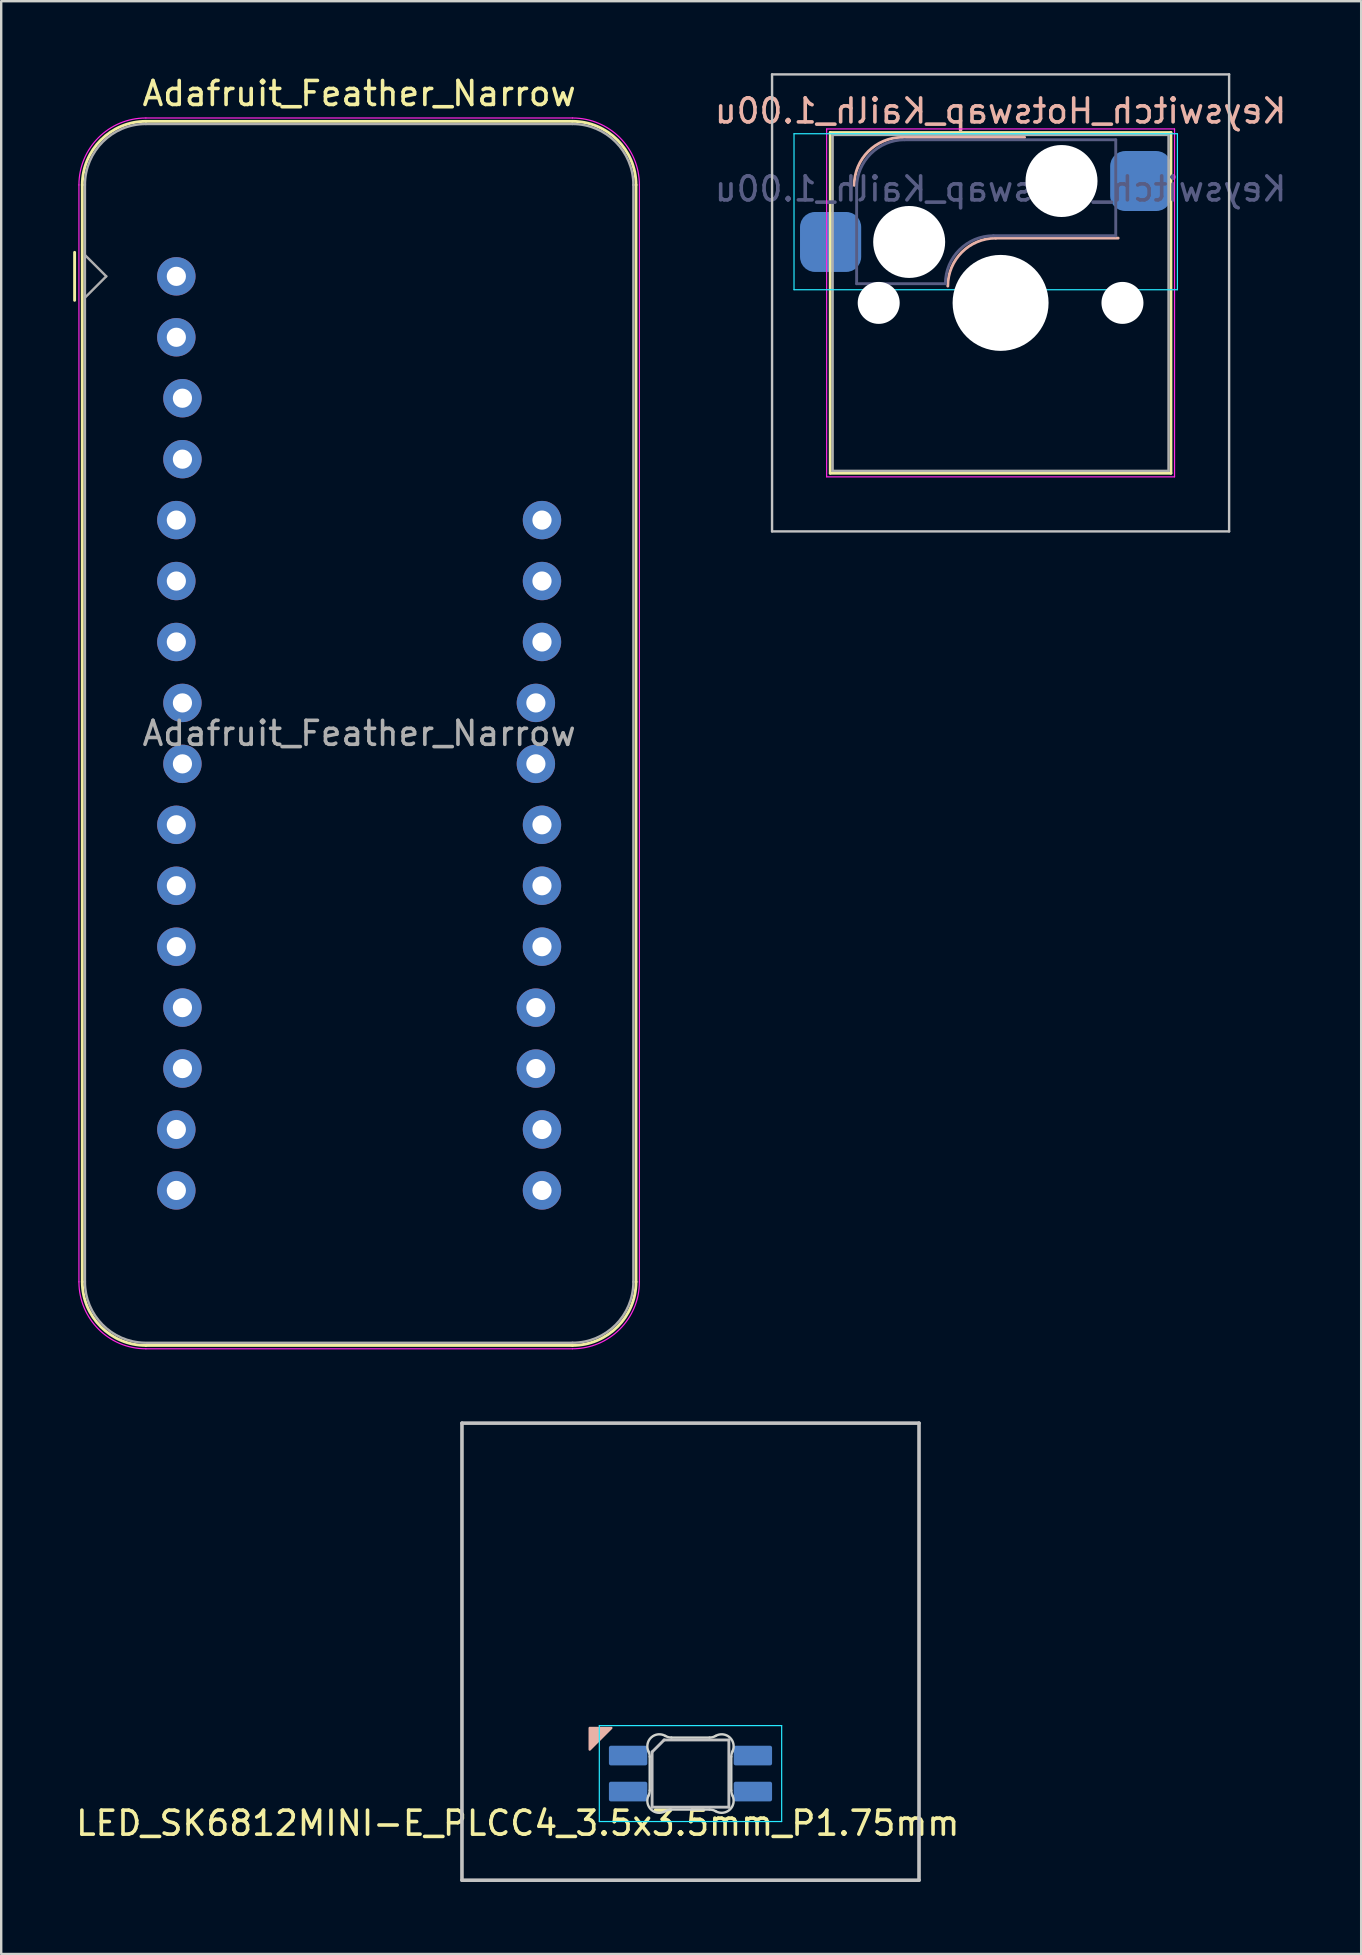
<source format=kicad_pcb>
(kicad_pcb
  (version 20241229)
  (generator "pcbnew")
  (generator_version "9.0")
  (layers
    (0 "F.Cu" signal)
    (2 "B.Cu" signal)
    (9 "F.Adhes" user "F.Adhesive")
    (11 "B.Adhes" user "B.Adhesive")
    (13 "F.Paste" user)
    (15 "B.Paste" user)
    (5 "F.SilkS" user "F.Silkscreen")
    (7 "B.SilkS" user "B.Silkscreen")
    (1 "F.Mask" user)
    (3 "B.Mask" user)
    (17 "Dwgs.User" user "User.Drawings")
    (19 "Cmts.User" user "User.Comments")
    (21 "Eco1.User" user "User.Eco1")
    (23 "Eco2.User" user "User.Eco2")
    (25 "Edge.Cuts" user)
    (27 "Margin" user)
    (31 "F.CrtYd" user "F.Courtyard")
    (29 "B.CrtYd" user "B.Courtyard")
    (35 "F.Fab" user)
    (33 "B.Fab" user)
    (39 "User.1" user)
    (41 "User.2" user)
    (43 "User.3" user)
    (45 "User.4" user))
  (footprint "Adafruit_Feather_Narrow"
    (layer "F.Cu")
    (at 1.76 8.468)
    (property "Reference" "Adafruit_Feather_Narrow" (at 10.16 -7.62 0) (layer "F.SilkS") (effects (font (size 1 1) (thickness 0.15))))
    (attr through_hole)
    (fp_line (start -1.7 1) (end -1.7 -1) (stroke (width 0.12) (type solid)) (layer "F.SilkS"))
    (fp_line (start -1.38 -3.81) (end -1.38 41.91) (stroke (width 0.12) (type solid)) (layer "F.SilkS"))
    (fp_line (start 19.05 -6.46) (end 1.27 -6.46) (stroke (width 0.12) (type solid)) (layer "F.SilkS"))
    (fp_line (start 19.05 44.56) (end 1.27 44.56) (stroke (width 0.12) (type solid)) (layer "F.SilkS"))
    (fp_line (start 21.7 -3.81) (end 21.7 41.91) (stroke (width 0.12) (type solid)) (layer "F.SilkS"))
    (fp_arc (start -1.38 -3.81) (mid -0.603833 -5.683833) (end 1.27 -6.46) (stroke (width 0.12) (type solid)) (layer "F.SilkS"))
    (fp_arc (start 1.27 44.56) (mid -0.603833 43.783833) (end -1.38 41.91) (stroke (width 0.12) (type solid)) (layer "F.SilkS"))
    (fp_arc (start 19.05 -6.46) (mid 20.923833 -5.683833) (end 21.7 -3.81) (stroke (width 0.12) (type solid)) (layer "F.SilkS"))
    (fp_arc (start 21.7 41.91) (mid 20.923833 43.783833) (end 19.05 44.56) (stroke (width 0.12) (type solid)) (layer "F.SilkS"))
    (fp_line (start -1.52 41.91) (end -1.52 -3.81) (stroke (width 0.05) (type solid)) (layer "F.CrtYd"))
    (fp_line (start 19.05 -6.6) (end 1.27 -6.6) (stroke (width 0.05) (type solid)) (layer "F.CrtYd"))
    (fp_line (start 19.05 44.7) (end 1.27 44.7) (stroke (width 0.05) (type solid)) (layer "F.CrtYd"))
    (fp_line (start 21.84 41.91) (end 21.84 -3.81) (stroke (width 0.05) (type solid)) (layer "F.CrtYd"))
    (fp_arc (start -1.52 -3.81) (mid -0.702828 -5.782828) (end 1.27 -6.6) (stroke (width 0.05) (type solid)) (layer "F.CrtYd"))
    (fp_arc (start 1.27 44.7) (mid -0.702828 43.882828) (end -1.52 41.91) (stroke (width 0.05) (type solid)) (layer "F.CrtYd"))
    (fp_arc (start 19.05 -6.6) (mid 21.022828 -5.782828) (end 21.84 -3.81) (stroke (width 0.05) (type solid)) (layer "F.CrtYd"))
    (fp_arc (start 21.84 41.91) (mid 21.022828 43.882828) (end 19.05 44.7) (stroke (width 0.05) (type solid)) (layer "F.CrtYd"))
    (fp_line (start -1.27 -3.81) (end -1.27 41.91) (stroke (width 0.1) (type solid)) (layer "F.Fab"))
    (fp_line (start -1.27 -0.889) (end -0.381 0) (stroke (width 0.1) (type solid)) (layer "F.Fab"))
    (fp_line (start -0.381 0) (end -1.27 0.889) (stroke (width 0.1) (type solid)) (layer "F.Fab"))
    (fp_line (start 1.27 44.45) (end 19.05 44.45) (stroke (width 0.1) (type solid)) (layer "F.Fab"))
    (fp_line (start 19.05 -6.35) (end 1.27 -6.35) (stroke (width 0.1) (type solid)) (layer "F.Fab"))
    (fp_line (start 21.59 41.91) (end 21.59 -3.81) (stroke (width 0.1) (type solid)) (layer "F.Fab"))
    (fp_arc (start -1.27 -3.81) (mid -0.526051 -5.606051) (end 1.27 -6.35) (stroke (width 0.1) (type solid)) (layer "F.Fab"))
    (fp_arc (start 1.221238 44.449532) (mid -0.543209 43.688728) (end -1.27 41.91) (stroke (width 0.1) (type solid)) (layer "F.Fab"))
    (fp_arc (start 19.05 -6.35) (mid 20.846051 -5.606051) (end 21.59 -3.81) (stroke (width 0.1) (type solid)) (layer "F.Fab"))
    (fp_arc (start 21.59 41.91) (mid 20.846051 43.706051) (end 19.05 44.45) (stroke (width 0.1) (type solid)) (layer "F.Fab"))
    (fp_text user "${REFERENCE}" (at 10.16 19.05 180) (layer "F.Fab") (effects (font (size 1 1) (thickness 0.15))))
    (pad "1" thru_hole circle (at 2.54 0 180) (size 1.6 1.6) (drill 0.8) (layers "*.Cu" "*.Mask"))
    (pad "2" thru_hole circle (at 2.54 2.54 180) (size 1.6 1.6) (drill 0.8) (layers "*.Cu" "*.Mask"))
    (pad "3" thru_hole circle (at 2.794 5.08 180) (size 1.6 1.6) (drill 0.8) (layers "*.Cu" "*.Mask"))
    (pad "4" thru_hole circle (at 2.794 7.62 180) (size 1.6 1.6) (drill 0.8) (layers "*.Cu" "*.Mask"))
    (pad "5" thru_hole circle (at 2.54 10.16 180) (size 1.6 1.6) (drill 0.8) (layers "*.Cu" "*.Mask"))
    (pad "6" thru_hole circle (at 2.54 12.7 180) (size 1.6 1.6) (drill 0.8) (layers "*.Cu" "*.Mask"))
    (pad "7" thru_hole circle (at 2.54 15.24 180) (size 1.6 1.6) (drill 0.8) (layers "*.Cu" "*.Mask"))
    (pad "8" thru_hole circle (at 2.794 17.78 180) (size 1.6 1.6) (drill 0.8) (layers "*.Cu" "*.Mask"))
    (pad "9" thru_hole circle (at 2.794 20.32 180) (size 1.6 1.6) (drill 0.8) (layers "*.Cu" "*.Mask"))
    (pad "10" thru_hole circle (at 2.54 22.86 180) (size 1.6 1.6) (drill 0.8) (layers "*.Cu" "*.Mask"))
    (pad "11" thru_hole circle (at 2.54 25.4 180) (size 1.6 1.6) (drill 0.8) (layers "*.Cu" "*.Mask"))
    (pad "12" thru_hole circle (at 2.54 27.94 180) (size 1.6 1.6) (drill 0.8) (layers "*.Cu" "*.Mask"))
    (pad "13" thru_hole circle (at 2.794 30.48 180) (size 1.6 1.6) (drill 0.8) (layers "*.Cu" "*.Mask"))
    (pad "14" thru_hole circle (at 2.794 33.02 180) (size 1.6 1.6) (drill 0.8) (layers "*.Cu" "*.Mask"))
    (pad "15" thru_hole circle (at 2.54 35.56 180) (size 1.6 1.6) (drill 0.8) (layers "*.Cu" "*.Mask"))
    (pad "16" thru_hole circle (at 2.54 38.1 180) (size 1.6 1.6) (drill 0.8) (layers "*.Cu" "*.Mask"))
    (pad "17" thru_hole circle (at 17.78 38.1 180) (size 1.6 1.6) (drill 0.8) (layers "*.Cu" "*.Mask"))
    (pad "18" thru_hole circle (at 17.78 35.56 180) (size 1.6 1.6) (drill 0.8) (layers "*.Cu" "*.Mask"))
    (pad "19" thru_hole circle (at 17.526 33.02 180) (size 1.6 1.6) (drill 0.8) (layers "*.Cu" "*.Mask"))
    (pad "20" thru_hole circle (at 17.526 30.48 180) (size 1.6 1.6) (drill 0.8) (layers "*.Cu" "*.Mask"))
    (pad "21" thru_hole circle (at 17.78 27.94 180) (size 1.6 1.6) (drill 0.8) (layers "*.Cu" "*.Mask"))
    (pad "22" thru_hole circle (at 17.78 25.4 180) (size 1.6 1.6) (drill 0.8) (layers "*.Cu" "*.Mask"))
    (pad "23" thru_hole circle (at 17.78 22.86 180) (size 1.6 1.6) (drill 0.8) (layers "*.Cu" "*.Mask"))
    (pad "24" thru_hole circle (at 17.526 20.32 180) (size 1.6 1.6) (drill 0.8) (layers "*.Cu" "*.Mask"))
    (pad "25" thru_hole circle (at 17.526 17.78 180) (size 1.6 1.6) (drill 0.8) (layers "*.Cu" "*.Mask"))
    (pad "26" thru_hole circle (at 17.78 15.24 180) (size 1.6 1.6) (drill 0.8) (layers "*.Cu" "*.Mask"))
    (pad "27" thru_hole circle (at 17.78 12.7 180) (size 1.6 1.6) (drill 0.8) (layers "*.Cu" "*.Mask"))
    (pad "28" thru_hole circle (at 17.78 10.16 180) (size 1.6 1.6) (drill 0.8) (layers "*.Cu" "*.Mask")))
  (footprint "LED_SK6812MINI-E_PLCC4_3.5x3.5mm_P1.75mm"
    (layer "F.Cu")
    (at 25.73 65.793)
    (property "Reference" "LED_SK6812MINI-E_PLCC4_3.5x3.5mm_P1.75mm" (at -7.2 7.15 0) (layer "F.SilkS") (effects (font (size 1 1) (thickness 0.15))))
    (attr through_hole)
    (fp_poly (pts (xy -4.2 4.08) (xy -3.3 3.18) (xy -4.2 3.18)) (stroke (width 0.1) (type solid)) (fill yes) (layer "B.SilkS"))
    (fp_line (start -9.525 -9.525) (end 9.525 -9.525) (stroke (width 0.15) (type solid)) (layer "Dwgs.User"))
    (fp_line (start -9.525 9.525) (end -9.525 -9.525) (stroke (width 0.15) (type solid)) (layer "Dwgs.User"))
    (fp_line (start -1.6 4.18) (end -1.6 6.48) (stroke (width 0.12) (type solid)) (layer "Dwgs.User"))
    (fp_line (start -1.6 4.18) (end -1.1 3.68) (stroke (width 0.12) (type solid)) (layer "Dwgs.User"))
    (fp_line (start -1.6 6.48) (end 1.6 6.48) (stroke (width 0.12) (type solid)) (layer "Dwgs.User"))
    (fp_line (start 1.6 3.68) (end -1.1 3.68) (stroke (width 0.12) (type solid)) (layer "Dwgs.User"))
    (fp_line (start 1.6 6.48) (end 1.6 3.68) (stroke (width 0.12) (type solid)) (layer "Dwgs.User"))
    (fp_line (start 9.525 -9.525) (end 9.525 9.525) (stroke (width 0.15) (type solid)) (layer "Dwgs.User"))
    (fp_line (start 9.525 9.525) (end -9.525 9.525) (stroke (width 0.15) (type solid)) (layer "Dwgs.User"))
    (fp_line (start -1.7 5.783) (end -1.7 4.377) (stroke (width 0.1) (type solid)) (layer "Edge.Cuts"))
    (fp_line (start -0.794 3.58) (end 0.794 3.58) (stroke (width 0.1) (type solid)) (layer "Edge.Cuts"))
    (fp_line (start 0.794 6.58) (end -0.794 6.58) (stroke (width 0.1) (type solid)) (layer "Edge.Cuts"))
    (fp_line (start 1.7 4.377) (end 1.7 5.783) (stroke (width 0.1) (type solid)) (layer "Edge.Cuts"))
    (fp_arc (start -1.749484 4.16028) (mid -1.712527 4.265932) (end -1.699999 4.377158) (stroke (width 0.1) (type solid)) (layer "Edge.Cuts"))
    (fp_arc (start -1.749484 4.160281) (mid -1.638072 3.575965) (end -1.046711 3.511701) (stroke (width 0.1) (type solid)) (layer "Edge.Cuts"))
    (fp_arc (start -1.699999 5.782843) (mid -1.712527 5.894068) (end -1.749484 5.99972) (stroke (width 0.1) (type solid)) (layer "Edge.Cuts"))
    (fp_arc (start -1.046711 6.648298) (mid -1.638071 6.584034) (end -1.749484 5.99972) (stroke (width 0.1) (type solid)) (layer "Edge.Cuts"))
    (fp_arc (start -1.046711 6.648298) (mid -0.925123 6.597376) (end -0.794453 6.579999) (stroke (width 0.1) (type solid)) (layer "Edge.Cuts"))
    (fp_arc (start -0.794452 3.58) (mid -0.925123 3.562623) (end -1.046711 3.511701) (stroke (width 0.1) (type solid)) (layer "Edge.Cuts"))
    (fp_arc (start 0.794453 6.58) (mid 0.925123 6.597377) (end 1.046711 6.648299) (stroke (width 0.1) (type solid)) (layer "Edge.Cuts"))
    (fp_arc (start 1.04671 3.511701) (mid 0.925122 3.562623) (end 0.794452 3.58) (stroke (width 0.1) (type solid)) (layer "Edge.Cuts"))
    (fp_arc (start 1.046711 3.511703) (mid 1.63807 3.575966) (end 1.749484 4.16028) (stroke (width 0.1) (type solid)) (layer "Edge.Cuts"))
    (fp_arc (start 1.699999 4.377157) (mid 1.712527 4.265932) (end 1.749484 4.16028) (stroke (width 0.1) (type solid)) (layer "Edge.Cuts"))
    (fp_arc (start 1.749484 5.99972) (mid 1.638071 6.584035) (end 1.046711 6.648299) (stroke (width 0.1) (type solid)) (layer "Edge.Cuts"))
    (fp_arc (start 1.749484 5.99972) (mid 1.712527 5.894068) (end 1.699999 5.782842) (stroke (width 0.1) (type solid)) (layer "Edge.Cuts"))
    (fp_line (start -3.8 3.08) (end -3.8 7.08) (stroke (width 0.05) (type solid)) (layer "B.CrtYd"))
    (fp_line (start -3.8 7.08) (end 3.8 7.08) (stroke (width 0.05) (type solid)) (layer "B.CrtYd"))
    (fp_line (start 3.8 3.08) (end -3.8 3.08) (stroke (width 0.05) (type solid)) (layer "B.CrtYd"))
    (fp_line (start 3.8 7.08) (end 3.8 3.08) (stroke (width 0.05) (type solid)) (layer "B.CrtYd"))
    (pad "1" smd roundrect (at 2.6 5.83 90) (size 0.82 1.6) (layers "B.Cu" "B.Mask" "B.Paste") (roundrect_rratio 0.1))
    (pad "2" smd roundrect (at 2.6 4.33 90) (size 0.82 1.6) (layers "B.Cu" "B.Mask" "B.Paste") (roundrect_rratio 0.1))
    (pad "3" smd roundrect (at -2.6 4.33 90) (size 0.82 1.6) (layers "B.Cu" "B.Mask" "B.Paste") (roundrect_rratio 0.1))
    (pad "4" smd roundrect (at -2.6 5.83 90) (size 0.82 1.6) (layers "B.Cu" "B.Mask" "B.Paste") (roundrect_rratio 0.1)))
  (footprint "Keyswitch_Hotswap_Kailh_1.00u"
    (layer "F.Cu")
    (at 38.655 9.575)
    (property "Reference" "Keyswitch_Hotswap_Kailh_1.00u" (at 0 -8 180) (layer "B.SilkS") (effects (font (size 1 1) (thickness 0.15)) (justify mirror)))
    (attr smd)
    (fp_line (start -7.1 -7.1) (end -7.1 7.1) (stroke (width 0.12) (type solid)) (layer "F.SilkS"))
    (fp_line (start -7.1 7.1) (end 7.1 7.1) (stroke (width 0.12) (type solid)) (layer "F.SilkS"))
    (fp_line (start 7.1 -7.1) (end -7.1 -7.1) (stroke (width 0.12) (type solid)) (layer "F.SilkS"))
    (fp_line (start 7.1 7.1) (end 7.1 -7.1) (stroke (width 0.12) (type solid)) (layer "F.SilkS"))
    (fp_line (start -4.1 -6.9) (end 1 -6.9) (stroke (width 0.12) (type solid)) (layer "B.SilkS"))
    (fp_line (start -0.2 -2.7) (end 4.9 -2.7) (stroke (width 0.12) (type solid)) (layer "B.SilkS"))
    (fp_arc (start -6.1 -4.9) (mid -5.514214 -6.314214) (end -4.1 -6.9) (stroke (width 0.12) (type solid)) (layer "B.SilkS"))
    (fp_arc (start -2.2 -0.7) (mid -1.614214 -2.114214) (end -0.2 -2.7) (stroke (width 0.12) (type solid)) (layer "B.SilkS"))
    (fp_line (start -9.525 -9.525) (end -9.525 9.525) (stroke (width 0.1) (type solid)) (layer "Dwgs.User"))
    (fp_line (start -9.525 9.525) (end 9.525 9.525) (stroke (width 0.1) (type solid)) (layer "Dwgs.User"))
    (fp_line (start 9.525 -9.525) (end -9.525 -9.525) (stroke (width 0.1) (type solid)) (layer "Dwgs.User"))
    (fp_line (start 9.525 9.525) (end 9.525 -9.525) (stroke (width 0.1) (type solid)) (layer "Dwgs.User"))
    (fp_line (start -8.61 -7.05) (end -8.61 -0.55) (stroke (width 0.05) (type solid)) (layer "B.CrtYd"))
    (fp_line (start -8.61 -0.55) (end 7.37 -0.55) (stroke (width 0.05) (type solid)) (layer "B.CrtYd"))
    (fp_line (start 7.37 -7.05) (end -8.61 -7.05) (stroke (width 0.05) (type solid)) (layer "B.CrtYd"))
    (fp_line (start 7.37 -0.55) (end 7.37 -7.05) (stroke (width 0.05) (type solid)) (layer "B.CrtYd"))
    (fp_line (start -7.25 -7.25) (end -7.25 7.25) (stroke (width 0.05) (type solid)) (layer "F.CrtYd"))
    (fp_line (start -7.25 7.25) (end 7.25 7.25) (stroke (width 0.05) (type solid)) (layer "F.CrtYd"))
    (fp_line (start 7.25 -7.25) (end -7.25 -7.25) (stroke (width 0.05) (type solid)) (layer "F.CrtYd"))
    (fp_line (start 7.25 7.25) (end 7.25 -7.25) (stroke (width 0.05) (type solid)) (layer "F.CrtYd"))
    (fp_line (start -6 -0.8) (end -6 -4.8) (stroke (width 0.12) (type solid)) (layer "B.Fab"))
    (fp_line (start -6 -0.8) (end -2.3 -0.8) (stroke (width 0.12) (type solid)) (layer "B.Fab"))
    (fp_line (start -4 -6.8) (end 4.8 -6.8) (stroke (width 0.12) (type solid)) (layer "B.Fab"))
    (fp_line (start -0.3 -2.8) (end 4.8 -2.8) (stroke (width 0.12) (type solid)) (layer "B.Fab"))
    (fp_line (start 4.8 -6.8) (end 4.8 -2.8) (stroke (width 0.12) (type solid)) (layer "B.Fab"))
    (fp_arc (start -6 -4.8) (mid -5.414214 -6.214214) (end -4 -6.8) (stroke (width 0.12) (type solid)) (layer "B.Fab"))
    (fp_arc (start -2.3 -0.8) (mid -1.714214 -2.214214) (end -0.3 -2.8) (stroke (width 0.12) (type solid)) (layer "B.Fab"))
    (fp_line (start -7 -7) (end -7 7) (stroke (width 0.1) (type solid)) (layer "F.Fab"))
    (fp_line (start -7 7) (end 7 7) (stroke (width 0.1) (type solid)) (layer "F.Fab"))
    (fp_line (start 7 -7) (end -7 -7) (stroke (width 0.1) (type solid)) (layer "F.Fab"))
    (fp_line (start 7 7) (end 7 -7) (stroke (width 0.1) (type solid)) (layer "F.Fab"))
    (fp_text user "${REFERENCE}" (at 0 -4.75 180) (layer "B.Fab") (effects (font (size 1 1) (thickness 0.15)) (justify mirror)))
    (pad "" np_thru_hole circle (at -5.08 0) (size 1.75 1.75) (drill 1.75) (layers "*.Cu" "*.Mask"))
    (pad "" np_thru_hole circle (at -3.81 -2.54) (size 3 3) (drill 3) (layers "*.Cu" "*.Mask"))
    (pad "" np_thru_hole circle (at 0 0) (size 4 4) (drill 4) (layers "*.Cu" "*.Mask"))
    (pad "" np_thru_hole circle (at 2.54 -5.08) (size 3 3) (drill 3) (layers "*.Cu" "*.Mask"))
    (pad "" np_thru_hole circle (at 5.08 0) (size 1.75 1.75) (drill 1.75) (layers "*.Cu" "*.Mask"))
    (pad "1" smd roundrect (at -7.085 -2.54) (size 2.55 2.5) (layers "B.Cu" "B.Mask" "B.Paste") (roundrect_rratio 0.25))
    (pad "2" smd roundrect (at 5.842 -5.08) (size 2.55 2.5) (layers "B.Cu" "B.Mask" "B.Paste") (roundrect_rratio 0.25)))
  (gr_rect
    (start -3 -3)
    (end 53.685 78.393)
    (stroke (width 0.1) (type default))
    (fill no)
    (layer "Edge.Cuts")))
</source>
